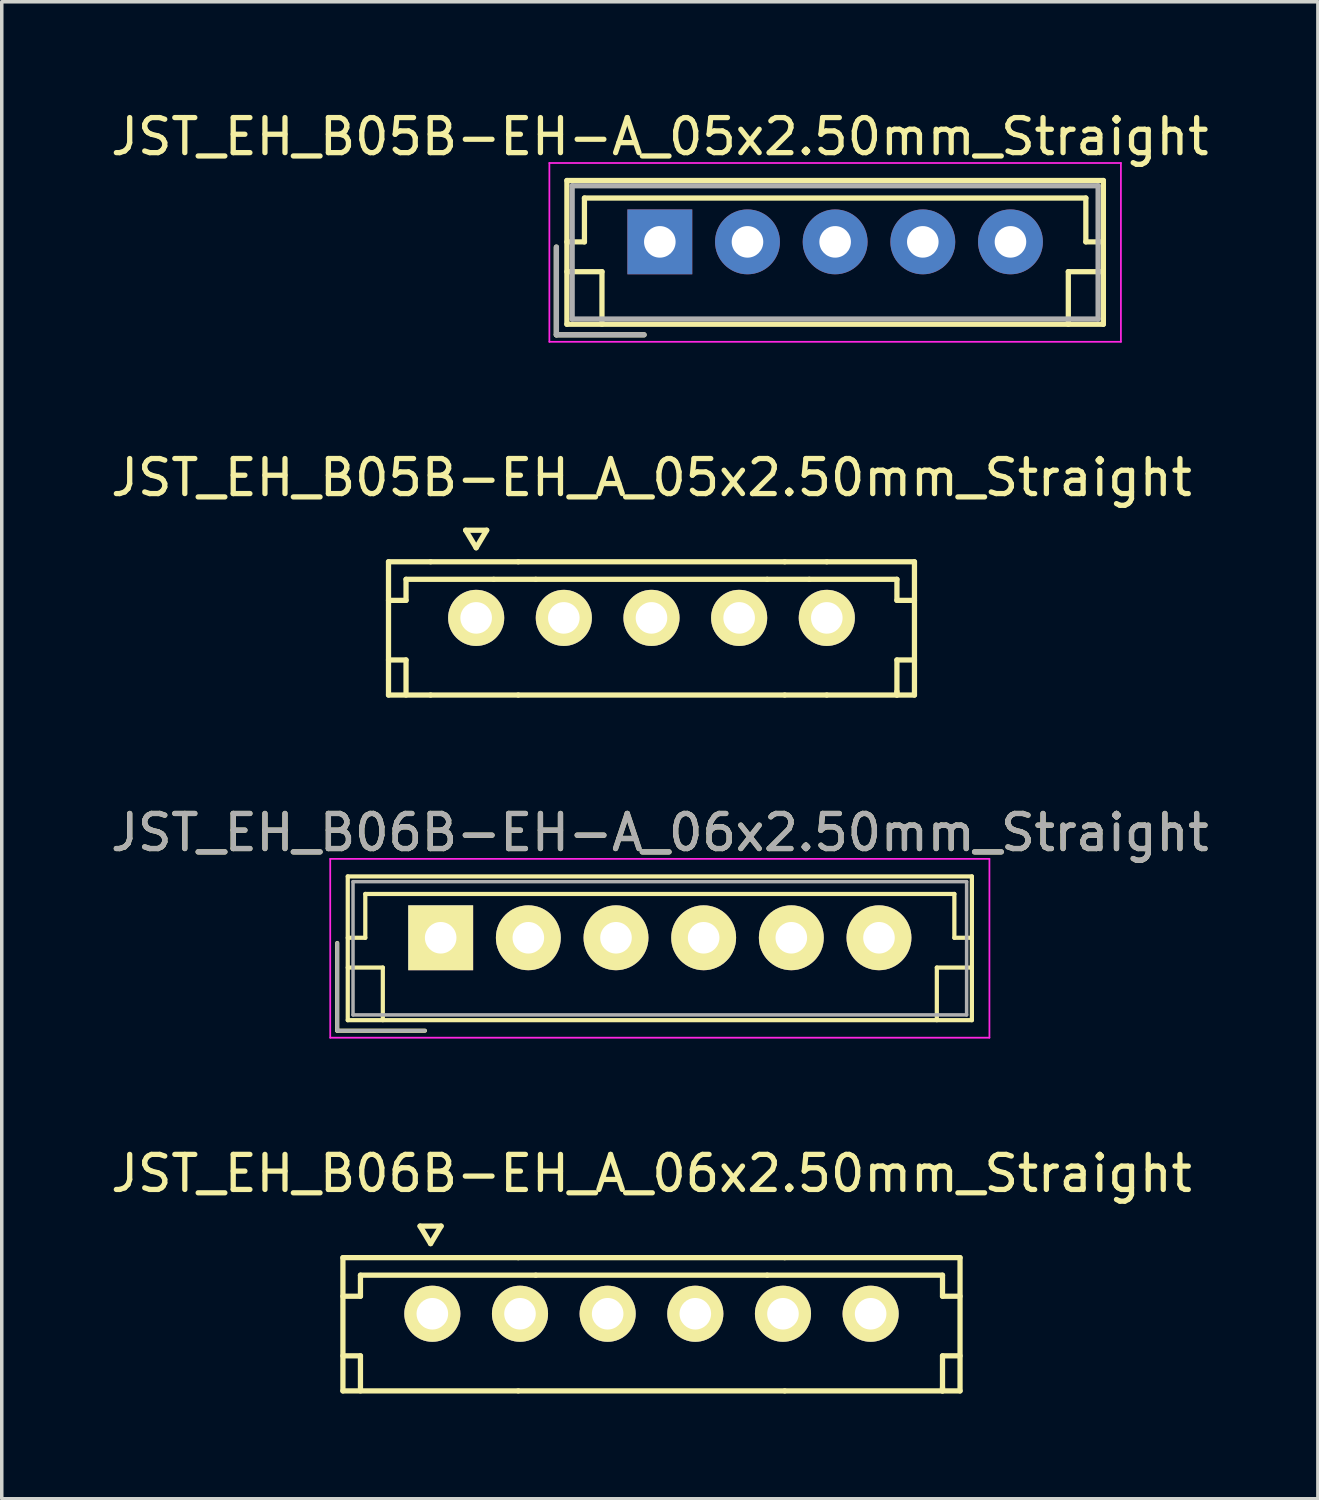
<source format=kicad_pcb>
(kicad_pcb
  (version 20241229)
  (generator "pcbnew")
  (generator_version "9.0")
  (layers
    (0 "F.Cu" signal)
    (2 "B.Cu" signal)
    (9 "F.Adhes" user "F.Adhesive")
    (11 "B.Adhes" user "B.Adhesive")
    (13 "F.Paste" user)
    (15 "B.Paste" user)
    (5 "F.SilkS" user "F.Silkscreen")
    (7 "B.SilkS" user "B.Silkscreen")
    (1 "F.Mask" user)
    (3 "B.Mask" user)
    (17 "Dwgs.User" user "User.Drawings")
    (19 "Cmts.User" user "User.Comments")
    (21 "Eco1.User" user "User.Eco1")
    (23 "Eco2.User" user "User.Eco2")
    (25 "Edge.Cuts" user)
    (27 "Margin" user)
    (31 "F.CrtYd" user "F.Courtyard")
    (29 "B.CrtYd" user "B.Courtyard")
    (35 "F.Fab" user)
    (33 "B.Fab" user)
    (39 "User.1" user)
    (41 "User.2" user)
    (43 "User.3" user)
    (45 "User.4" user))
  (footprint "JST_EH_B06B-EH-A_06x2.50mm_Straight"
    (layer "F.Cu")
    (at 9.518 23.695)
    (property "Reference" "JST_EH_B06B-EH-A_06x2.50mm_Straight" (at 6.25 -3 0) (layer "F.SilkS") (effects (font (size 1 1) (thickness 0.15))))
    (attr through_hole)
    (fp_line (start -2.95 0.15) (end -2.95 2.65) (stroke (width 0.12) (type solid)) (layer "F.SilkS"))
    (fp_line (start -2.95 2.65) (end -0.45 2.65) (stroke (width 0.12) (type solid)) (layer "F.SilkS"))
    (fp_line (start -2.65 -1.75) (end -2.65 2.35) (stroke (width 0.12) (type solid)) (layer "F.SilkS"))
    (fp_line (start -2.65 0) (end -2.15 0) (stroke (width 0.12) (type solid)) (layer "F.SilkS"))
    (fp_line (start -2.65 0.85) (end -1.65 0.85) (stroke (width 0.12) (type solid)) (layer "F.SilkS"))
    (fp_line (start -2.65 2.35) (end 15.15 2.35) (stroke (width 0.12) (type solid)) (layer "F.SilkS"))
    (fp_line (start -2.15 -1.25) (end 14.65 -1.25) (stroke (width 0.12) (type solid)) (layer "F.SilkS"))
    (fp_line (start -2.15 0) (end -2.15 -1.25) (stroke (width 0.12) (type solid)) (layer "F.SilkS"))
    (fp_line (start -1.65 0.85) (end -1.65 2.35) (stroke (width 0.12) (type solid)) (layer "F.SilkS"))
    (fp_line (start 14.15 0.85) (end 14.15 2.35) (stroke (width 0.12) (type solid)) (layer "F.SilkS"))
    (fp_line (start 14.65 -1.25) (end 14.65 0) (stroke (width 0.12) (type solid)) (layer "F.SilkS"))
    (fp_line (start 14.65 0) (end 15.15 0) (stroke (width 0.12) (type solid)) (layer "F.SilkS"))
    (fp_line (start 15.15 -1.75) (end -2.65 -1.75) (stroke (width 0.12) (type solid)) (layer "F.SilkS"))
    (fp_line (start 15.15 0.85) (end 14.15 0.85) (stroke (width 0.12) (type solid)) (layer "F.SilkS"))
    (fp_line (start 15.15 2.35) (end 15.15 -1.75) (stroke (width 0.12) (type solid)) (layer "F.SilkS"))
    (fp_line (start -3.15 -2.25) (end -3.15 2.85) (stroke (width 0.05) (type solid)) (layer "F.CrtYd"))
    (fp_line (start -3.15 2.85) (end 15.65 2.85) (stroke (width 0.05) (type solid)) (layer "F.CrtYd"))
    (fp_line (start 15.65 -2.25) (end -3.15 -2.25) (stroke (width 0.05) (type solid)) (layer "F.CrtYd"))
    (fp_line (start 15.65 2.85) (end 15.65 -2.25) (stroke (width 0.05) (type solid)) (layer "F.CrtYd"))
    (fp_line (start -2.95 0.15) (end -2.95 2.65) (stroke (width 0.1) (type solid)) (layer "F.Fab"))
    (fp_line (start -2.95 2.65) (end -0.45 2.65) (stroke (width 0.1) (type solid)) (layer "F.Fab"))
    (fp_line (start -2.5 -1.6) (end -2.5 2.2) (stroke (width 0.1) (type solid)) (layer "F.Fab"))
    (fp_line (start -2.5 2.2) (end 15 2.2) (stroke (width 0.1) (type solid)) (layer "F.Fab"))
    (fp_line (start 15 -1.6) (end -2.5 -1.6) (stroke (width 0.1) (type solid)) (layer "F.Fab"))
    (fp_line (start 15 2.2) (end 15 -1.6) (stroke (width 0.1) (type solid)) (layer "F.Fab"))
    (fp_text user "${REFERENCE}" (at 6.25 -3 0) (layer "F.Fab") (effects (font (size 1 1) (thickness 0.15))))
    (pad "1" thru_hole rect (at 0 0) (size 1.85 1.85) (drill 0.9) (layers "*.Cu" "*.Mask" "F.SilkS"))
    (pad "2" thru_hole circle (at 2.5 0) (size 1.85 1.85) (drill 0.9) (layers "*.Cu" "*.Mask" "F.SilkS"))
    (pad "3" thru_hole circle (at 5 0) (size 1.85 1.85) (drill 0.9) (layers "*.Cu" "*.Mask" "F.SilkS"))
    (pad "4" thru_hole circle (at 7.5 0) (size 1.85 1.85) (drill 0.9) (layers "*.Cu" "*.Mask" "F.SilkS"))
    (pad "5" thru_hole circle (at 10 0) (size 1.85 1.85) (drill 0.9) (layers "*.Cu" "*.Mask" "F.SilkS"))
    (pad "6" thru_hole circle (at 12.5 0) (size 1.85 1.85) (drill 0.9) (layers "*.Cu" "*.Mask" "F.SilkS")))
  (footprint "JST_EH_B05B-EH_A_05x2.50mm_Straight"
    (layer "F.Cu")
    (at 15.53 14.572)
    (property "Reference" "JST_EH_B05B-EH_A_05x2.50mm_Straight" (at 0 -4 0) (layer "F.SilkS") (effects (font (size 1 1) (thickness 0.15))))
    (attr through_hole)
    (fp_line (start -7.5 -1.6) (end -7.5 2.2) (stroke (width 0.15) (type solid)) (layer "F.SilkS"))
    (fp_line (start -7.5 -1.6) (end -6.3 -1.6) (stroke (width 0.15) (type solid)) (layer "F.SilkS"))
    (fp_line (start -7.5 2.2) (end -6.3 2.2) (stroke (width 0.15) (type solid)) (layer "F.SilkS"))
    (fp_line (start -7 -1.1) (end -7 -0.5) (stroke (width 0.15) (type solid)) (layer "F.SilkS"))
    (fp_line (start -7 -0.5) (end -7.5 -0.5) (stroke (width 0.15) (type solid)) (layer "F.SilkS"))
    (fp_line (start -7 1.2) (end -7.5 1.2) (stroke (width 0.15) (type solid)) (layer "F.SilkS"))
    (fp_line (start -7 1.2) (end -7 2.2) (stroke (width 0.15) (type solid)) (layer "F.SilkS"))
    (fp_line (start -6.3 -1.6) (end -3.8 -1.6) (stroke (width 0.15) (type solid)) (layer "F.SilkS"))
    (fp_line (start -6.3 2.2) (end -3.8 2.2) (stroke (width 0.15) (type solid)) (layer "F.SilkS"))
    (fp_line (start -5.3 -2.5) (end -5 -2) (stroke (width 0.15) (type solid)) (layer "F.SilkS"))
    (fp_line (start -5 -2) (end -4.7 -2.5) (stroke (width 0.15) (type solid)) (layer "F.SilkS"))
    (fp_line (start -4.7 -2.5) (end -5.3 -2.5) (stroke (width 0.15) (type solid)) (layer "F.SilkS"))
    (fp_line (start -4.5 -1.1) (end -7 -1.1) (stroke (width 0.15) (type solid)) (layer "F.SilkS"))
    (fp_line (start -3.8 -1.6) (end 3.8 -1.6) (stroke (width 0.15) (type solid)) (layer "F.SilkS"))
    (fp_line (start -3.3 -1.1) (end -4.5 -1.1) (stroke (width 0.15) (type solid)) (layer "F.SilkS"))
    (fp_line (start 3.3 -1.1) (end -3.3 -1.1) (stroke (width 0.15) (type solid)) (layer "F.SilkS"))
    (fp_line (start 3.8 -1.6) (end 5 -1.6) (stroke (width 0.15) (type solid)) (layer "F.SilkS"))
    (fp_line (start 3.8 2.2) (end -3.8 2.2) (stroke (width 0.15) (type solid)) (layer "F.SilkS"))
    (fp_line (start 3.8 2.2) (end 5 2.2) (stroke (width 0.15) (type solid)) (layer "F.SilkS"))
    (fp_line (start 4.5 -1.1) (end 3.3 -1.1) (stroke (width 0.15) (type solid)) (layer "F.SilkS"))
    (fp_line (start 5 -1.6) (end 7.5 -1.6) (stroke (width 0.15) (type solid)) (layer "F.SilkS"))
    (fp_line (start 7 -1.1) (end 4.5 -1.1) (stroke (width 0.15) (type solid)) (layer "F.SilkS"))
    (fp_line (start 7 -1.1) (end 7 -0.5) (stroke (width 0.15) (type solid)) (layer "F.SilkS"))
    (fp_line (start 7 1.2) (end 7 2.2) (stroke (width 0.15) (type solid)) (layer "F.SilkS"))
    (fp_line (start 7 1.2) (end 7.5 1.2) (stroke (width 0.15) (type solid)) (layer "F.SilkS"))
    (fp_line (start 7 2.2) (end 7 2.1) (stroke (width 0.15) (type solid)) (layer "F.SilkS"))
    (fp_line (start 7.5 -1.6) (end 7.5 2.2) (stroke (width 0.15) (type solid)) (layer "F.SilkS"))
    (fp_line (start 7.5 -0.5) (end 7 -0.5) (stroke (width 0.15) (type solid)) (layer "F.SilkS"))
    (fp_line (start 7.5 2.2) (end 5 2.2) (stroke (width 0.15) (type solid)) (layer "F.SilkS"))
    (pad "1" thru_hole circle (at -5 0) (size 1.6 1.6) (drill 0.9) (layers "*.Cu" "*.Mask" "F.SilkS"))
    (pad "2" thru_hole circle (at -2.5 0) (size 1.6 1.6) (drill 0.9) (layers "*.Cu" "*.Mask" "F.SilkS"))
    (pad "3" thru_hole circle (at 0 0) (size 1.6 1.6) (drill 0.9) (layers "*.Cu" "*.Mask" "F.SilkS"))
    (pad "4" thru_hole circle (at 2.5 0) (size 1.6 1.6) (drill 0.9) (layers "*.Cu" "*.Mask" "F.SilkS"))
    (pad "5" thru_hole circle (at 5 0) (size 1.6 1.6) (drill 0.9) (layers "*.Cu" "*.Mask" "F.SilkS")))
  (footprint "JST_EH_B06B-EH_A_06x2.50mm_Straight"
    (layer "F.Cu")
    (at 15.53 34.418)
    (property "Reference" "JST_EH_B06B-EH_A_06x2.50mm_Straight" (at 0 -4 0) (layer "F.SilkS") (effects (font (size 1 1) (thickness 0.15))))
    (attr through_hole)
    (fp_line (start -8.8 -1.6) (end -8.8 2.2) (stroke (width 0.15) (type solid)) (layer "F.SilkS"))
    (fp_line (start -8.8 -1.6) (end -3.8 -1.6) (stroke (width 0.15) (type solid)) (layer "F.SilkS"))
    (fp_line (start -8.8 2.2) (end -3.8 2.2) (stroke (width 0.15) (type solid)) (layer "F.SilkS"))
    (fp_line (start -8.3 -1.1) (end -8.3 -0.5) (stroke (width 0.15) (type solid)) (layer "F.SilkS"))
    (fp_line (start -8.3 -0.5) (end -8.8 -0.5) (stroke (width 0.15) (type solid)) (layer "F.SilkS"))
    (fp_line (start -8.3 1.2) (end -8.8 1.2) (stroke (width 0.15) (type solid)) (layer "F.SilkS"))
    (fp_line (start -8.3 1.2) (end -8.3 2.2) (stroke (width 0.15) (type solid)) (layer "F.SilkS"))
    (fp_line (start -6.6 -2.5) (end -6.3 -2) (stroke (width 0.15) (type solid)) (layer "F.SilkS"))
    (fp_line (start -6.3 -2) (end -6 -2.5) (stroke (width 0.15) (type solid)) (layer "F.SilkS"))
    (fp_line (start -6 -2.5) (end -6.6 -2.5) (stroke (width 0.15) (type solid)) (layer "F.SilkS"))
    (fp_line (start -3.8 -1.6) (end 3.8 -1.6) (stroke (width 0.15) (type solid)) (layer "F.SilkS"))
    (fp_line (start -3.3 -1.1) (end -8.3 -1.1) (stroke (width 0.15) (type solid)) (layer "F.SilkS"))
    (fp_line (start 3.3 -1.1) (end -3.3 -1.1) (stroke (width 0.15) (type solid)) (layer "F.SilkS"))
    (fp_line (start 3.8 -1.6) (end 8.8 -1.6) (stroke (width 0.15) (type solid)) (layer "F.SilkS"))
    (fp_line (start 3.8 2.2) (end -3.8 2.2) (stroke (width 0.15) (type solid)) (layer "F.SilkS"))
    (fp_line (start 3.8 2.2) (end 8.8 2.2) (stroke (width 0.15) (type solid)) (layer "F.SilkS"))
    (fp_line (start 8.3 -1.1) (end 3.3 -1.1) (stroke (width 0.15) (type solid)) (layer "F.SilkS"))
    (fp_line (start 8.3 -1.1) (end 8.3 -0.5) (stroke (width 0.15) (type solid)) (layer "F.SilkS"))
    (fp_line (start 8.3 1.2) (end 8.3 2.2) (stroke (width 0.15) (type solid)) (layer "F.SilkS"))
    (fp_line (start 8.3 1.2) (end 8.8 1.2) (stroke (width 0.15) (type solid)) (layer "F.SilkS"))
    (fp_line (start 8.3 2.2) (end 8.3 2.1) (stroke (width 0.15) (type solid)) (layer "F.SilkS"))
    (fp_line (start 8.8 -1.6) (end 8.8 2.2) (stroke (width 0.15) (type solid)) (layer "F.SilkS"))
    (fp_line (start 8.8 -0.5) (end 8.3 -0.5) (stroke (width 0.15) (type solid)) (layer "F.SilkS"))
    (pad "1" thru_hole circle (at -6.25 0) (size 1.6 1.6) (drill 0.9) (layers "*.Cu" "*.Mask" "F.SilkS"))
    (pad "2" thru_hole circle (at -3.75 0) (size 1.6 1.6) (drill 0.9) (layers "*.Cu" "*.Mask" "F.SilkS"))
    (pad "3" thru_hole circle (at -1.25 0) (size 1.6 1.6) (drill 0.9) (layers "*.Cu" "*.Mask" "F.SilkS"))
    (pad "4" thru_hole circle (at 1.25 0) (size 1.6 1.6) (drill 0.9) (layers "*.Cu" "*.Mask" "F.SilkS"))
    (pad "5" thru_hole circle (at 3.75 0) (size 1.6 1.6) (drill 0.9) (layers "*.Cu" "*.Mask" "F.SilkS"))
    (pad "6" thru_hole circle (at 6.25 0) (size 1.6 1.6) (drill 0.9) (layers "*.Cu" "*.Mask" "F.SilkS")))
  (footprint "JST_EH_B05B-EH-A_05x2.50mm_Straight"
    (layer "F.Cu")
    (at 15.768 3.848)
    (property "Reference" "JST_EH_B05B-EH-A_05x2.50mm_Straight" (at 0 -3 0) (layer "F.SilkS") (effects (font (size 1 1) (thickness 0.15))))
    (attr through_hole)
    (fp_line (start -2.95 0.15) (end -2.95 2.65) (stroke (width 0.15) (type solid)) (layer "F.SilkS"))
    (fp_line (start -2.95 2.65) (end -0.45 2.65) (stroke (width 0.15) (type solid)) (layer "F.SilkS"))
    (fp_line (start -2.65 -1.75) (end -2.65 2.35) (stroke (width 0.15) (type solid)) (layer "F.SilkS"))
    (fp_line (start -2.65 0) (end -2.15 0) (stroke (width 0.15) (type solid)) (layer "F.SilkS"))
    (fp_line (start -2.65 0.85) (end -1.65 0.85) (stroke (width 0.15) (type solid)) (layer "F.SilkS"))
    (fp_line (start -2.65 2.35) (end 12.65 2.35) (stroke (width 0.15) (type solid)) (layer "F.SilkS"))
    (fp_line (start -2.15 -1.25) (end 12.15 -1.25) (stroke (width 0.15) (type solid)) (layer "F.SilkS"))
    (fp_line (start -2.15 0) (end -2.15 -1.25) (stroke (width 0.15) (type solid)) (layer "F.SilkS"))
    (fp_line (start -1.65 0.85) (end -1.65 2.35) (stroke (width 0.15) (type solid)) (layer "F.SilkS"))
    (fp_line (start 11.65 0.85) (end 11.65 2.35) (stroke (width 0.15) (type solid)) (layer "F.SilkS"))
    (fp_line (start 12.15 -1.25) (end 12.15 0) (stroke (width 0.15) (type solid)) (layer "F.SilkS"))
    (fp_line (start 12.15 0) (end 12.65 0) (stroke (width 0.15) (type solid)) (layer "F.SilkS"))
    (fp_line (start 12.65 -1.75) (end -2.65 -1.75) (stroke (width 0.15) (type solid)) (layer "F.SilkS"))
    (fp_line (start 12.65 0.85) (end 11.65 0.85) (stroke (width 0.15) (type solid)) (layer "F.SilkS"))
    (fp_line (start 12.65 2.35) (end 12.65 -1.75) (stroke (width 0.15) (type solid)) (layer "F.SilkS"))
    (fp_line (start -3.15 -2.25) (end -3.15 2.85) (stroke (width 0.05) (type solid)) (layer "F.CrtYd"))
    (fp_line (start -3.15 2.85) (end 13.15 2.85) (stroke (width 0.05) (type solid)) (layer "F.CrtYd"))
    (fp_line (start 13.15 -2.25) (end -3.15 -2.25) (stroke (width 0.05) (type solid)) (layer "F.CrtYd"))
    (fp_line (start 13.15 2.85) (end 13.15 -2.25) (stroke (width 0.05) (type solid)) (layer "F.CrtYd"))
    (fp_line (start -2.95 0.15) (end -2.95 2.65) (stroke (width 0.15) (type solid)) (layer "F.Fab"))
    (fp_line (start -2.95 2.65) (end -0.45 2.65) (stroke (width 0.15) (type solid)) (layer "F.Fab"))
    (fp_line (start -2.5 -1.6) (end -2.5 2.2) (stroke (width 0.15) (type solid)) (layer "F.Fab"))
    (fp_line (start -2.5 2.2) (end 12.5 2.2) (stroke (width 0.15) (type solid)) (layer "F.Fab"))
    (fp_line (start 12.5 -1.6) (end -2.5 -1.6) (stroke (width 0.15) (type solid)) (layer "F.Fab"))
    (fp_line (start 12.5 2.2) (end 12.5 -1.6) (stroke (width 0.15) (type solid)) (layer "F.Fab"))
    (pad "1" thru_hole rect (at 0 0) (size 1.85 1.85) (drill 0.9) (layers "*.Cu" "*.Mask"))
    (pad "2" thru_hole circle (at 2.5 0) (size 1.85 1.85) (drill 0.9) (layers "*.Cu" "*.Mask"))
    (pad "3" thru_hole circle (at 5 0) (size 1.85 1.85) (drill 0.9) (layers "*.Cu" "*.Mask"))
    (pad "4" thru_hole circle (at 7.5 0) (size 1.85 1.85) (drill 0.9) (layers "*.Cu" "*.Mask"))
    (pad "5" thru_hole circle (at 10 0) (size 1.85 1.85) (drill 0.9) (layers "*.Cu" "*.Mask")))
  (gr_rect
    (start -3 -3)
    (end 34.536 39.693)
    (stroke (width 0.1) (type default))
    (fill no)
    (layer "Edge.Cuts")))
</source>
